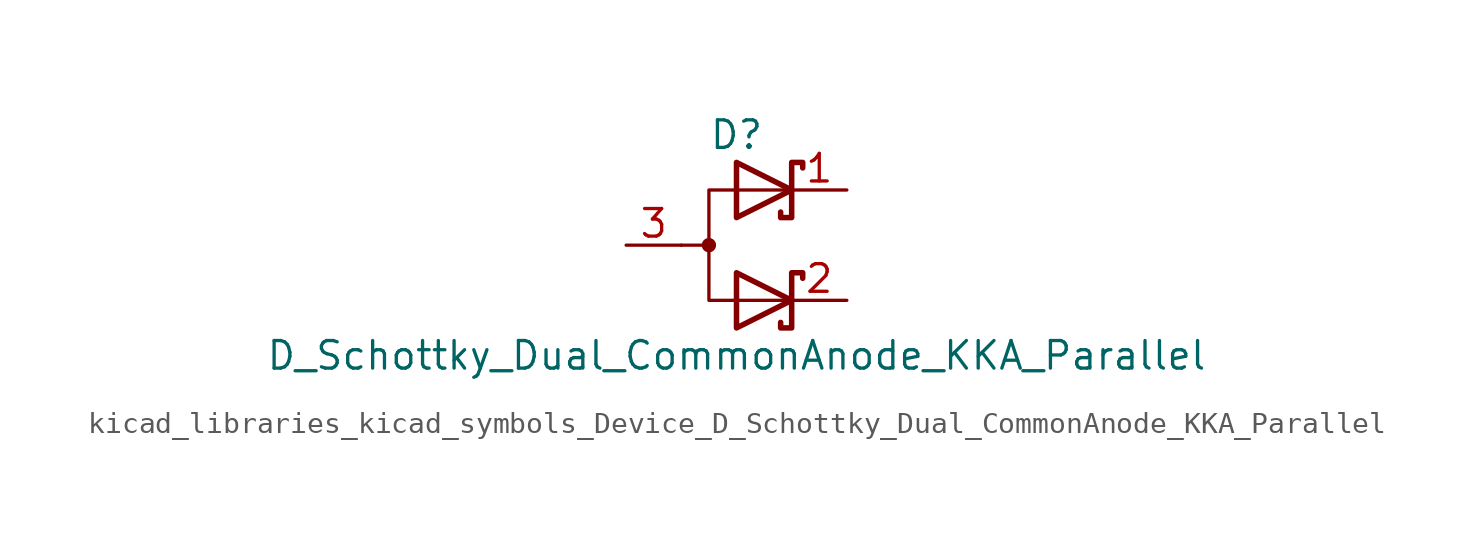
<source format=kicad_sym>
(kicad_symbol_lib
  (version 20220914)
  (generator kicad_symbol_editor)
  (symbol "kicad_libraries_kicad_symbols_Device_D_Schottky_Dual_CommonAnode_KKA_Parallel"
    (pin_names
      (offset 0.762) hide)
    (property "Reference" "D"
      (at 0 5.08 0)
      (effects (font (size 1.27 1.27))))
    (property "Value" "D_Schottky_Dual_CommonAnode_KKA_Parallel"
      (at 0 -5.08 0)
      (effects (font (size 1.27 1.27))))
    (symbol "kicad_libraries_kicad_symbols_Device_D_Schottky_Dual_CommonAnode_KKA_Parallel_0_1"
      (circle (center -1.27 0) (radius 0.254) (stroke (width 0) (type default)) (fill (type outline)))
      (polyline (pts (xy -1.27 0) (xy -2.54 0)) (stroke (width 0) (type default)) (fill (type none)))
      (polyline (pts (xy 2.54 2.54) (xy -1.27 2.54) (xy -1.27 -2.54) (xy 2.54 -2.54)) (stroke (width 0) (type default)) (fill (type none)))
      (polyline (pts (xy 0 -1.27) (xy 2.54 -2.54) (xy 0 -3.81) (xy 0 -1.27) (xy 0 -1.27) (xy 0 -1.27)) (stroke (width 0.254) (type default)) (fill (type none)))
      (polyline (pts (xy 0 3.81) (xy 2.54 2.54) (xy 0 1.27) (xy 0 3.81) (xy 0 3.81) (xy 0 3.81)) (stroke (width 0.254) (type default)) (fill (type none)))
      (polyline (pts (xy 3.048 -1.524) (xy 3.048 -1.27) (xy 2.54 -1.27) (xy 2.54 -3.81) (xy 2.032 -3.81) (xy 2.032 -3.556)) (stroke (width 0.254) (type default)) (fill (type none)))
      (polyline (pts (xy 3.048 3.556) (xy 3.048 3.81) (xy 2.54 3.81) (xy 2.54 1.27) (xy 2.032 1.27) (xy 2.032 1.524)) (stroke (width 0.254) (type default)) (fill (type none)))
      (pin passive line (at 5.08 2.54 180) (length 2.54) (name "K" (effects (font (size 1.27 1.27)))) (number "1" (effects (font (size 1.27 1.27)))))
      (pin passive line (at 5.08 -2.54 180) (length 2.54) (name "K" (effects (font (size 1.27 1.27)))) (number "2" (effects (font (size 1.27 1.27)))))
      (pin passive line (at -5.08 0 0) (length 2.54) (name "A" (effects (font (size 1.27 1.27)))) (number "3" (effects (font (size 1.27 1.27))))))))
</source>
